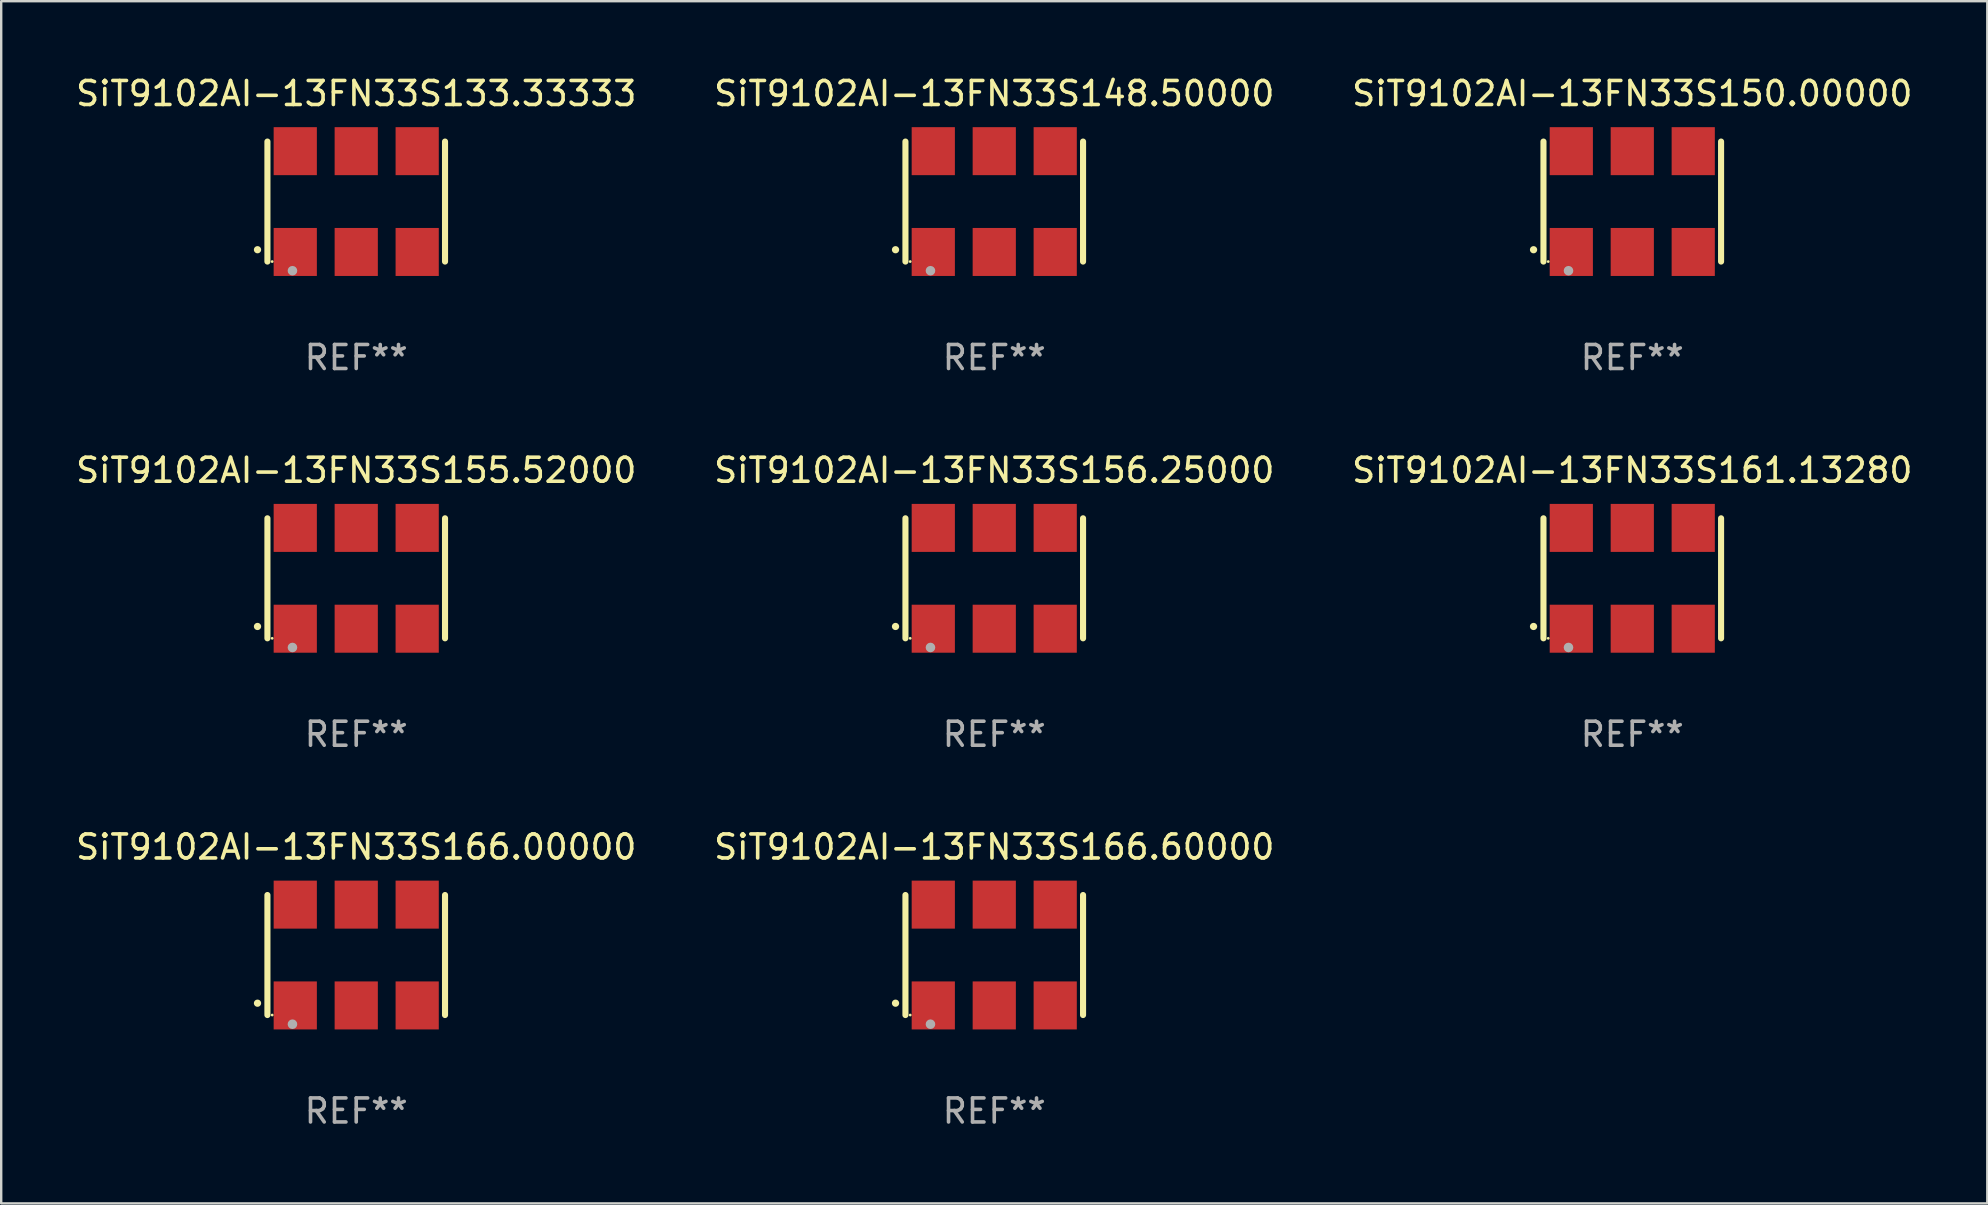
<source format=kicad_pcb>
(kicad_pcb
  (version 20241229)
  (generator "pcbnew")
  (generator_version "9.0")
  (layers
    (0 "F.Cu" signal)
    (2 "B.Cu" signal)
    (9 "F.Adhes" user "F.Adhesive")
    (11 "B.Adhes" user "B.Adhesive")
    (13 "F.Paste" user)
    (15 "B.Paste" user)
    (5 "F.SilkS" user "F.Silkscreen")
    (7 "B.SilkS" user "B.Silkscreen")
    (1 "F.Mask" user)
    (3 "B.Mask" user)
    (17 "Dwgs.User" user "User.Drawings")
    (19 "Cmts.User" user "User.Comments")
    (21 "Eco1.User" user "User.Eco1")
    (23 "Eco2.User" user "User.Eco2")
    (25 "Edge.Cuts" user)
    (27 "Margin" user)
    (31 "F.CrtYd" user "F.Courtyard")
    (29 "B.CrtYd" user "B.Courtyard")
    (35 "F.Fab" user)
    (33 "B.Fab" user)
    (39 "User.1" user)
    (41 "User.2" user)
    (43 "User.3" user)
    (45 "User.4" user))
  (footprint "SiT9102AI-13FN33S156.25000"
    (layer "F.Cu")
    (at 38.375 21.045)
    (property "Reference" "SiT9102AI-13FN33S156.25000" (at 0 -4.5 0) (layer "F.SilkS") (effects (font (size 1 1) (thickness 0.15))))
    (attr through_hole)
    (fp_line (start -3.7 -2.5) (end -3.7 2.5) (stroke (width 0.254) (type solid)) (layer "F.SilkS"))
    (fp_line (start 3.7 -2.5) (end 3.7 2.5) (stroke (width 0.254) (type solid)) (layer "F.SilkS"))
    (fp_arc (start -4.114415 2.006604) (mid -4.113145 2.006599) (end -4.111875 2.006604) (stroke (width 0.3) (type solid)) (layer "F.SilkS"))
    (fp_circle (center -3.502 2.5) (end -3.472 2.5) (stroke (width 0.06) (type solid)) (fill no) (layer "F.SilkS"))
    (fp_circle (center -2.657 2.882) (end -2.557 2.882) (stroke (width 0.2) (type solid)) (fill no) (layer "F.Fab"))
    (fp_text user "REF**" (at 0 6.5 0) (layer "F.Fab") (effects (font (size 1 1) (thickness 0.15))))
    (pad "1" smd rect (at -2.54 2.1) (size 1.8 2) (layers "F.Cu" "F.Mask" "F.Paste"))
    (pad "2" smd rect (at 0.000394 2.1) (size 1.8 2) (layers "F.Cu" "F.Mask" "F.Paste"))
    (pad "3" smd rect (at 2.54 2.1) (size 1.8 2) (layers "F.Cu" "F.Mask" "F.Paste"))
    (pad "4" smd rect (at 2.54 -2.1) (size 1.8 2) (layers "F.Cu" "F.Mask" "F.Paste"))
    (pad "5" smd rect (at 0.000394 -2.1) (size 1.8 2) (layers "F.Cu" "F.Mask" "F.Paste"))
    (pad "6" smd rect (at -2.54 -2.1) (size 1.8 2) (layers "F.Cu" "F.Mask" "F.Paste")))
  (footprint "SiT9102AI-13FN33S166.60000"
    (layer "F.Cu")
    (at 38.375 36.741)
    (property "Reference" "SiT9102AI-13FN33S166.60000" (at 0 -4.5 0) (layer "F.SilkS") (effects (font (size 1 1) (thickness 0.15))))
    (attr through_hole)
    (fp_line (start -3.7 -2.5) (end -3.7 2.5) (stroke (width 0.254) (type solid)) (layer "F.SilkS"))
    (fp_line (start 3.7 -2.5) (end 3.7 2.5) (stroke (width 0.254) (type solid)) (layer "F.SilkS"))
    (fp_arc (start -4.114415 2.006604) (mid -4.113145 2.006599) (end -4.111875 2.006604) (stroke (width 0.3) (type solid)) (layer "F.SilkS"))
    (fp_circle (center -3.502 2.5) (end -3.472 2.5) (stroke (width 0.06) (type solid)) (fill no) (layer "F.SilkS"))
    (fp_circle (center -2.657 2.882) (end -2.557 2.882) (stroke (width 0.2) (type solid)) (fill no) (layer "F.Fab"))
    (fp_text user "REF**" (at 0 6.5 0) (layer "F.Fab") (effects (font (size 1 1) (thickness 0.15))))
    (pad "1" smd rect (at -2.54 2.1) (size 1.8 2) (layers "F.Cu" "F.Mask" "F.Paste"))
    (pad "2" smd rect (at 0.000394 2.1) (size 1.8 2) (layers "F.Cu" "F.Mask" "F.Paste"))
    (pad "3" smd rect (at 2.54 2.1) (size 1.8 2) (layers "F.Cu" "F.Mask" "F.Paste"))
    (pad "4" smd rect (at 2.54 -2.1) (size 1.8 2) (layers "F.Cu" "F.Mask" "F.Paste"))
    (pad "5" smd rect (at 0.000394 -2.1) (size 1.8 2) (layers "F.Cu" "F.Mask" "F.Paste"))
    (pad "6" smd rect (at -2.54 -2.1) (size 1.8 2) (layers "F.Cu" "F.Mask" "F.Paste")))
  (footprint "SiT9102AI-13FN33S155.52000"
    (layer "F.Cu")
    (at 11.792 21.045)
    (property "Reference" "SiT9102AI-13FN33S155.52000" (at 0 -4.5 0) (layer "F.SilkS") (effects (font (size 1 1) (thickness 0.15))))
    (attr through_hole)
    (fp_line (start -3.7 -2.5) (end -3.7 2.5) (stroke (width 0.254) (type solid)) (layer "F.SilkS"))
    (fp_line (start 3.7 -2.5) (end 3.7 2.5) (stroke (width 0.254) (type solid)) (layer "F.SilkS"))
    (fp_arc (start -4.114415 2.006604) (mid -4.113145 2.006599) (end -4.111875 2.006604) (stroke (width 0.3) (type solid)) (layer "F.SilkS"))
    (fp_circle (center -3.502 2.5) (end -3.472 2.5) (stroke (width 0.06) (type solid)) (fill no) (layer "F.SilkS"))
    (fp_circle (center -2.657 2.882) (end -2.557 2.882) (stroke (width 0.2) (type solid)) (fill no) (layer "F.Fab"))
    (fp_text user "REF**" (at 0 6.5 0) (layer "F.Fab") (effects (font (size 1 1) (thickness 0.15))))
    (pad "1" smd rect (at -2.54 2.1) (size 1.8 2) (layers "F.Cu" "F.Mask" "F.Paste"))
    (pad "2" smd rect (at 0.000394 2.1) (size 1.8 2) (layers "F.Cu" "F.Mask" "F.Paste"))
    (pad "3" smd rect (at 2.54 2.1) (size 1.8 2) (layers "F.Cu" "F.Mask" "F.Paste"))
    (pad "4" smd rect (at 2.54 -2.1) (size 1.8 2) (layers "F.Cu" "F.Mask" "F.Paste"))
    (pad "5" smd rect (at 0.000394 -2.1) (size 1.8 2) (layers "F.Cu" "F.Mask" "F.Paste"))
    (pad "6" smd rect (at -2.54 -2.1) (size 1.8 2) (layers "F.Cu" "F.Mask" "F.Paste")))
  (footprint "SiT9102AI-13FN33S166.00000"
    (layer "F.Cu")
    (at 11.792 36.741)
    (property "Reference" "SiT9102AI-13FN33S166.00000" (at 0 -4.5 0) (layer "F.SilkS") (effects (font (size 1 1) (thickness 0.15))))
    (attr through_hole)
    (fp_line (start -3.7 -2.5) (end -3.7 2.5) (stroke (width 0.254) (type solid)) (layer "F.SilkS"))
    (fp_line (start 3.7 -2.5) (end 3.7 2.5) (stroke (width 0.254) (type solid)) (layer "F.SilkS"))
    (fp_arc (start -4.114415 2.006604) (mid -4.113145 2.006599) (end -4.111875 2.006604) (stroke (width 0.3) (type solid)) (layer "F.SilkS"))
    (fp_circle (center -3.502 2.5) (end -3.472 2.5) (stroke (width 0.06) (type solid)) (fill no) (layer "F.SilkS"))
    (fp_circle (center -2.657 2.882) (end -2.557 2.882) (stroke (width 0.2) (type solid)) (fill no) (layer "F.Fab"))
    (fp_text user "REF**" (at 0 6.5 0) (layer "F.Fab") (effects (font (size 1 1) (thickness 0.15))))
    (pad "1" smd rect (at -2.54 2.1) (size 1.8 2) (layers "F.Cu" "F.Mask" "F.Paste"))
    (pad "2" smd rect (at 0.000394 2.1) (size 1.8 2) (layers "F.Cu" "F.Mask" "F.Paste"))
    (pad "3" smd rect (at 2.54 2.1) (size 1.8 2) (layers "F.Cu" "F.Mask" "F.Paste"))
    (pad "4" smd rect (at 2.54 -2.1) (size 1.8 2) (layers "F.Cu" "F.Mask" "F.Paste"))
    (pad "5" smd rect (at 0.000394 -2.1) (size 1.8 2) (layers "F.Cu" "F.Mask" "F.Paste"))
    (pad "6" smd rect (at -2.54 -2.1) (size 1.8 2) (layers "F.Cu" "F.Mask" "F.Paste")))
  (footprint "SiT9102AI-13FN33S161.13280"
    (layer "F.Cu")
    (at 64.958 21.045)
    (property "Reference" "SiT9102AI-13FN33S161.13280" (at 0 -4.5 0) (layer "F.SilkS") (effects (font (size 1 1) (thickness 0.15))))
    (attr through_hole)
    (fp_line (start -3.7 -2.5) (end -3.7 2.5) (stroke (width 0.254) (type solid)) (layer "F.SilkS"))
    (fp_line (start 3.7 -2.5) (end 3.7 2.5) (stroke (width 0.254) (type solid)) (layer "F.SilkS"))
    (fp_arc (start -4.114415 2.006604) (mid -4.113145 2.006599) (end -4.111875 2.006604) (stroke (width 0.3) (type solid)) (layer "F.SilkS"))
    (fp_circle (center -3.502 2.5) (end -3.472 2.5) (stroke (width 0.06) (type solid)) (fill no) (layer "F.SilkS"))
    (fp_circle (center -2.657 2.882) (end -2.557 2.882) (stroke (width 0.2) (type solid)) (fill no) (layer "F.Fab"))
    (fp_text user "REF**" (at 0 6.5 0) (layer "F.Fab") (effects (font (size 1 1) (thickness 0.15))))
    (pad "1" smd rect (at -2.54 2.1) (size 1.8 2) (layers "F.Cu" "F.Mask" "F.Paste"))
    (pad "2" smd rect (at 0.000394 2.1) (size 1.8 2) (layers "F.Cu" "F.Mask" "F.Paste"))
    (pad "3" smd rect (at 2.54 2.1) (size 1.8 2) (layers "F.Cu" "F.Mask" "F.Paste"))
    (pad "4" smd rect (at 2.54 -2.1) (size 1.8 2) (layers "F.Cu" "F.Mask" "F.Paste"))
    (pad "5" smd rect (at 0.000394 -2.1) (size 1.8 2) (layers "F.Cu" "F.Mask" "F.Paste"))
    (pad "6" smd rect (at -2.54 -2.1) (size 1.8 2) (layers "F.Cu" "F.Mask" "F.Paste")))
  (footprint "SiT9102AI-13FN33S133.33333"
    (layer "F.Cu")
    (at 11.792 5.348)
    (property "Reference" "SiT9102AI-13FN33S133.33333" (at 0 -4.5 0) (layer "F.SilkS") (effects (font (size 1 1) (thickness 0.15))))
    (attr through_hole)
    (fp_line (start -3.7 -2.5) (end -3.7 2.5) (stroke (width 0.254) (type solid)) (layer "F.SilkS"))
    (fp_line (start 3.7 -2.5) (end 3.7 2.5) (stroke (width 0.254) (type solid)) (layer "F.SilkS"))
    (fp_arc (start -4.114415 2.006604) (mid -4.113145 2.006599) (end -4.111875 2.006604) (stroke (width 0.3) (type solid)) (layer "F.SilkS"))
    (fp_circle (center -3.502 2.5) (end -3.472 2.5) (stroke (width 0.06) (type solid)) (fill no) (layer "F.SilkS"))
    (fp_circle (center -2.657 2.882) (end -2.557 2.882) (stroke (width 0.2) (type solid)) (fill no) (layer "F.Fab"))
    (fp_text user "REF**" (at 0 6.5 0) (layer "F.Fab") (effects (font (size 1 1) (thickness 0.15))))
    (pad "1" smd rect (at -2.54 2.1) (size 1.8 2) (layers "F.Cu" "F.Mask" "F.Paste"))
    (pad "2" smd rect (at 0.000394 2.1) (size 1.8 2) (layers "F.Cu" "F.Mask" "F.Paste"))
    (pad "3" smd rect (at 2.54 2.1) (size 1.8 2) (layers "F.Cu" "F.Mask" "F.Paste"))
    (pad "4" smd rect (at 2.54 -2.1) (size 1.8 2) (layers "F.Cu" "F.Mask" "F.Paste"))
    (pad "5" smd rect (at 0.000394 -2.1) (size 1.8 2) (layers "F.Cu" "F.Mask" "F.Paste"))
    (pad "6" smd rect (at -2.54 -2.1) (size 1.8 2) (layers "F.Cu" "F.Mask" "F.Paste")))
  (footprint "SiT9102AI-13FN33S150.00000"
    (layer "F.Cu")
    (at 64.958 5.348)
    (property "Reference" "SiT9102AI-13FN33S150.00000" (at 0 -4.5 0) (layer "F.SilkS") (effects (font (size 1 1) (thickness 0.15))))
    (attr through_hole)
    (fp_line (start -3.7 -2.5) (end -3.7 2.5) (stroke (width 0.254) (type solid)) (layer "F.SilkS"))
    (fp_line (start 3.7 -2.5) (end 3.7 2.5) (stroke (width 0.254) (type solid)) (layer "F.SilkS"))
    (fp_arc (start -4.114415 2.006604) (mid -4.113145 2.006599) (end -4.111875 2.006604) (stroke (width 0.3) (type solid)) (layer "F.SilkS"))
    (fp_circle (center -3.502 2.5) (end -3.472 2.5) (stroke (width 0.06) (type solid)) (fill no) (layer "F.SilkS"))
    (fp_circle (center -2.657 2.882) (end -2.557 2.882) (stroke (width 0.2) (type solid)) (fill no) (layer "F.Fab"))
    (fp_text user "REF**" (at 0 6.5 0) (layer "F.Fab") (effects (font (size 1 1) (thickness 0.15))))
    (pad "1" smd rect (at -2.54 2.1) (size 1.8 2) (layers "F.Cu" "F.Mask" "F.Paste"))
    (pad "2" smd rect (at 0.000394 2.1) (size 1.8 2) (layers "F.Cu" "F.Mask" "F.Paste"))
    (pad "3" smd rect (at 2.54 2.1) (size 1.8 2) (layers "F.Cu" "F.Mask" "F.Paste"))
    (pad "4" smd rect (at 2.54 -2.1) (size 1.8 2) (layers "F.Cu" "F.Mask" "F.Paste"))
    (pad "5" smd rect (at 0.000394 -2.1) (size 1.8 2) (layers "F.Cu" "F.Mask" "F.Paste"))
    (pad "6" smd rect (at -2.54 -2.1) (size 1.8 2) (layers "F.Cu" "F.Mask" "F.Paste")))
  (footprint "SiT9102AI-13FN33S148.50000"
    (layer "F.Cu")
    (at 38.375 5.348)
    (property "Reference" "SiT9102AI-13FN33S148.50000" (at 0 -4.5 0) (layer "F.SilkS") (effects (font (size 1 1) (thickness 0.15))))
    (attr through_hole)
    (fp_line (start -3.7 -2.5) (end -3.7 2.5) (stroke (width 0.254) (type solid)) (layer "F.SilkS"))
    (fp_line (start 3.7 -2.5) (end 3.7 2.5) (stroke (width 0.254) (type solid)) (layer "F.SilkS"))
    (fp_arc (start -4.114415 2.006604) (mid -4.113145 2.006599) (end -4.111875 2.006604) (stroke (width 0.3) (type solid)) (layer "F.SilkS"))
    (fp_circle (center -3.502 2.5) (end -3.472 2.5) (stroke (width 0.06) (type solid)) (fill no) (layer "F.SilkS"))
    (fp_circle (center -2.657 2.882) (end -2.557 2.882) (stroke (width 0.2) (type solid)) (fill no) (layer "F.Fab"))
    (fp_text user "REF**" (at 0 6.5 0) (layer "F.Fab") (effects (font (size 1 1) (thickness 0.15))))
    (pad "1" smd rect (at -2.54 2.1) (size 1.8 2) (layers "F.Cu" "F.Mask" "F.Paste"))
    (pad "2" smd rect (at 0.000394 2.1) (size 1.8 2) (layers "F.Cu" "F.Mask" "F.Paste"))
    (pad "3" smd rect (at 2.54 2.1) (size 1.8 2) (layers "F.Cu" "F.Mask" "F.Paste"))
    (pad "4" smd rect (at 2.54 -2.1) (size 1.8 2) (layers "F.Cu" "F.Mask" "F.Paste"))
    (pad "5" smd rect (at 0.000394 -2.1) (size 1.8 2) (layers "F.Cu" "F.Mask" "F.Paste"))
    (pad "6" smd rect (at -2.54 -2.1) (size 1.8 2) (layers "F.Cu" "F.Mask" "F.Paste")))
  (gr_rect
    (start -3 -3)
    (end 79.75 47.09)
    (stroke (width 0.1) (type default))
    (fill no)
    (layer "Edge.Cuts")))
</source>
